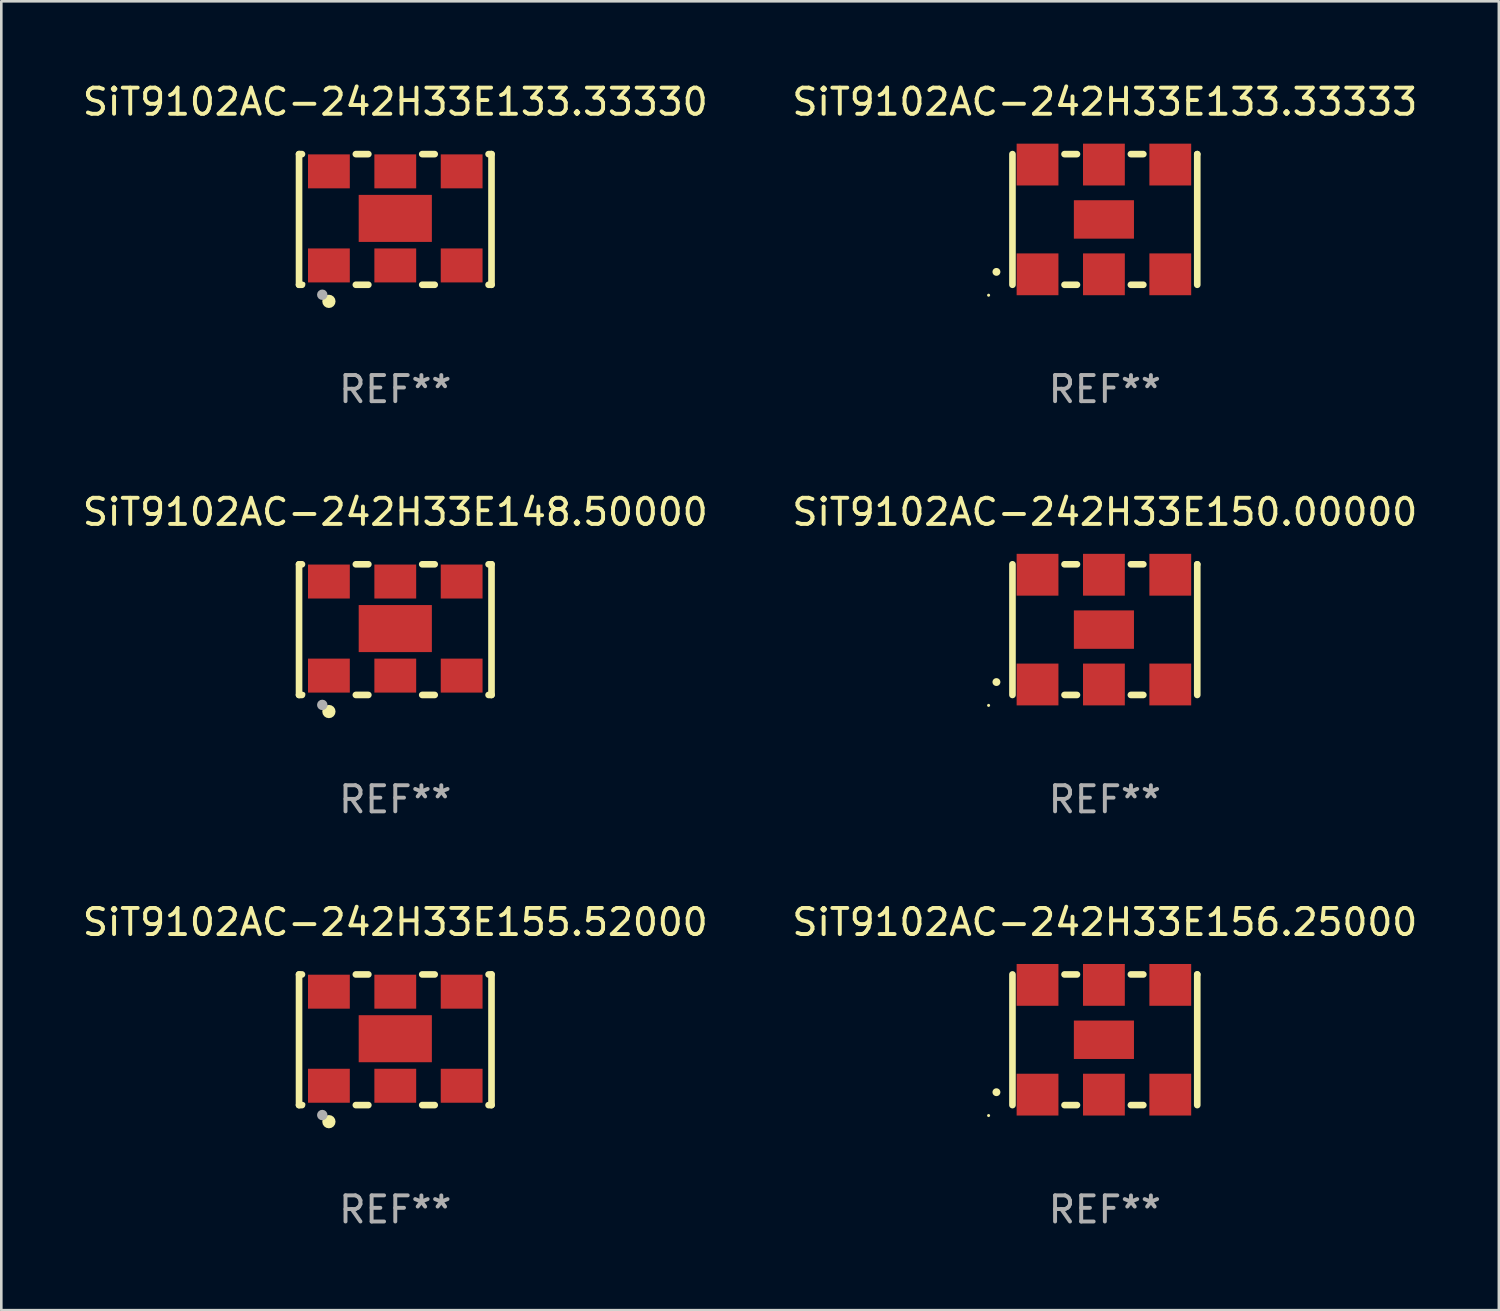
<source format=kicad_pcb>
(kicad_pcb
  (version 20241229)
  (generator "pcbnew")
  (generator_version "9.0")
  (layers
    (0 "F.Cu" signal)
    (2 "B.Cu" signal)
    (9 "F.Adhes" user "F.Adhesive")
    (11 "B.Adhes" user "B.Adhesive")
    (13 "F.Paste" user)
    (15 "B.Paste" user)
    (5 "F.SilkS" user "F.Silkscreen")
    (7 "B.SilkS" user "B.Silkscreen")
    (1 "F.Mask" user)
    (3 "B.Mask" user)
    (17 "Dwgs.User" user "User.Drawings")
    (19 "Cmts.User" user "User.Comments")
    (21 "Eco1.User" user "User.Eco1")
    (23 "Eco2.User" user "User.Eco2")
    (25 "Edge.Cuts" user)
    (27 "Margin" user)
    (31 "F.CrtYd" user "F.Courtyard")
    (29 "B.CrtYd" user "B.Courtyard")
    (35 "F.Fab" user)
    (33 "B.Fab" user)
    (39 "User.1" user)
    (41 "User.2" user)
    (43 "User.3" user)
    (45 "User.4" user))
  (footprint "SiT9102AC-242H33E156.25000"
    (layer "F.Cu")
    (at 39.232 36.741)
    (property "Reference" "SiT9102AC-242H33E156.25000" (at 0 -4.5 0) (layer "F.SilkS") (effects (font (size 1 1) (thickness 0.15))))
    (attr through_hole)
    (fp_line (start -3.536 -2.5) (end -3.536 2.5) (stroke (width 0.254) (type solid)) (layer "F.SilkS"))
    (fp_line (start -1.544 2.5) (end -1.067 2.5) (stroke (width 0.254) (type solid)) (layer "F.SilkS"))
    (fp_line (start -1.067 -2.5) (end -1.544 -2.5) (stroke (width 0.254) (type solid)) (layer "F.SilkS"))
    (fp_line (start 0.996 2.5) (end 1.473 2.5) (stroke (width 0.254) (type solid)) (layer "F.SilkS"))
    (fp_line (start 1.473 -2.5) (end 0.996 -2.5) (stroke (width 0.254) (type solid)) (layer "F.SilkS"))
    (fp_line (start 3.536 -2.5) (end 3.536 -2.5) (stroke (width 0.254) (type solid)) (layer "F.SilkS"))
    (fp_line (start 3.536 2.5) (end 3.536 -2.5) (stroke (width 0.254) (type solid)) (layer "F.SilkS"))
    (fp_arc (start -4.150432 2.006604) (mid -4.149162 2.006599) (end -4.147892 2.006604) (stroke (width 0.3) (type solid)) (layer "F.SilkS"))
    (fp_circle (center -4.449 2.9) (end -4.419 2.9) (stroke (width 0.06) (type solid)) (fill no) (layer "F.SilkS"))
    (fp_text user "REF**" (at 0 6.5 0) (layer "F.Fab") (effects (font (size 1 1) (thickness 0.15))))
    (pad "1" smd rect (at -2.576 2.1) (size 1.6 1.6) (layers "F.Cu" "F.Mask" "F.Paste"))
    (pad "2" smd rect (at -0.036 2.1) (size 1.6 1.6) (layers "F.Cu" "F.Mask" "F.Paste"))
    (pad "3" smd rect (at 2.504 2.1) (size 1.6 1.6) (layers "F.Cu" "F.Mask" "F.Paste"))
    (pad "4" smd rect (at 2.504 -2.1) (size 1.6 1.6) (layers "F.Cu" "F.Mask" "F.Paste"))
    (pad "5" smd rect (at -0.036 -2.1) (size 1.6 1.6) (layers "F.Cu" "F.Mask" "F.Paste"))
    (pad "6" smd rect (at -2.576 -2.1) (size 1.6 1.6) (layers "F.Cu" "F.Mask" "F.Paste"))
    (pad "7" smd rect (at -0.036 0) (size 2.3 1.47) (layers "F.Cu" "F.Mask" "F.Paste")))
  (footprint "SiT9102AC-242H33E155.52000"
    (layer "F.Cu")
    (at 12.077 36.741)
    (property "Reference" "SiT9102AC-242H33E155.52000" (at 0 -4.5 0) (layer "F.SilkS") (effects (font (size 1 1) (thickness 0.15))))
    (attr through_hole)
    (fp_line (start -3.683 -2.5) (end -3.571 -2.5) (stroke (width 0.254) (type solid)) (layer "F.SilkS"))
    (fp_line (start -3.683 2.5) (end -3.683 -2.5) (stroke (width 0.254) (type solid)) (layer "F.SilkS"))
    (fp_line (start -3.683 2.5) (end -3.571 2.5) (stroke (width 0.254) (type solid)) (layer "F.SilkS"))
    (fp_line (start -1.509 -2.5) (end -1.031 -2.5) (stroke (width 0.254) (type solid)) (layer "F.SilkS"))
    (fp_line (start -1.509 2.5) (end -1.031 2.5) (stroke (width 0.254) (type solid)) (layer "F.SilkS"))
    (fp_line (start 1.031 -2.5) (end 1.509 -2.5) (stroke (width 0.254) (type solid)) (layer "F.SilkS"))
    (fp_line (start 1.031 2.5) (end 1.509 2.5) (stroke (width 0.254) (type solid)) (layer "F.SilkS"))
    (fp_line (start 3.571 -2.5) (end 3.683 -2.5) (stroke (width 0.254) (type solid)) (layer "F.SilkS"))
    (fp_line (start 3.571 2.5) (end 3.683 2.5) (stroke (width 0.254) (type solid)) (layer "F.SilkS"))
    (fp_line (start 3.683 2.5) (end 3.683 -2.5) (stroke (width 0.254) (type solid)) (layer "F.SilkS"))
    (fp_circle (center -3.5 2.46) (end -3.47 2.46) (stroke (width 0.06) (type solid)) (fill no) (layer "F.SilkS"))
    (fp_circle (center -2.54 3.135) (end -2.413 3.135) (stroke (width 0.254) (type solid)) (fill no) (layer "F.SilkS"))
    (fp_circle (center -2.794 2.881) (end -2.694 2.881) (stroke (width 0.2) (type solid)) (fill no) (layer "F.Fab"))
    (fp_text user "REF**" (at 0 6.5 0) (layer "F.Fab") (effects (font (size 1 1) (thickness 0.15))))
    (pad "1" smd rect (at -2.54 1.76) (size 1.6 1.3) (layers "F.Cu" "F.Mask" "F.Paste"))
    (pad "2" smd rect (at 0 1.76) (size 1.6 1.3) (layers "F.Cu" "F.Mask" "F.Paste"))
    (pad "3" smd rect (at 2.54 1.76) (size 1.6 1.3) (layers "F.Cu" "F.Mask" "F.Paste"))
    (pad "4" smd rect (at 2.54 -1.84) (size 1.6 1.3) (layers "F.Cu" "F.Mask" "F.Paste"))
    (pad "5" smd rect (at 0 -1.84) (size 1.6 1.3) (layers "F.Cu" "F.Mask" "F.Paste"))
    (pad "6" smd rect (at -2.54 -1.84) (size 1.6 1.3) (layers "F.Cu" "F.Mask" "F.Paste"))
    (pad "7" smd rect (at 0 -0.04) (size 2.8 1.8) (layers "F.Cu" "F.Mask" "F.Paste")))
  (footprint "SiT9102AC-242H33E148.50000"
    (layer "F.Cu")
    (at 12.077 21.045)
    (property "Reference" "SiT9102AC-242H33E148.50000" (at 0 -4.5 0) (layer "F.SilkS") (effects (font (size 1 1) (thickness 0.15))))
    (attr through_hole)
    (fp_line (start -3.683 -2.5) (end -3.571 -2.5) (stroke (width 0.254) (type solid)) (layer "F.SilkS"))
    (fp_line (start -3.683 2.5) (end -3.683 -2.5) (stroke (width 0.254) (type solid)) (layer "F.SilkS"))
    (fp_line (start -3.683 2.5) (end -3.571 2.5) (stroke (width 0.254) (type solid)) (layer "F.SilkS"))
    (fp_line (start -1.509 -2.5) (end -1.031 -2.5) (stroke (width 0.254) (type solid)) (layer "F.SilkS"))
    (fp_line (start -1.509 2.5) (end -1.031 2.5) (stroke (width 0.254) (type solid)) (layer "F.SilkS"))
    (fp_line (start 1.031 -2.5) (end 1.509 -2.5) (stroke (width 0.254) (type solid)) (layer "F.SilkS"))
    (fp_line (start 1.031 2.5) (end 1.509 2.5) (stroke (width 0.254) (type solid)) (layer "F.SilkS"))
    (fp_line (start 3.571 -2.5) (end 3.683 -2.5) (stroke (width 0.254) (type solid)) (layer "F.SilkS"))
    (fp_line (start 3.571 2.5) (end 3.683 2.5) (stroke (width 0.254) (type solid)) (layer "F.SilkS"))
    (fp_line (start 3.683 2.5) (end 3.683 -2.5) (stroke (width 0.254) (type solid)) (layer "F.SilkS"))
    (fp_circle (center -3.5 2.46) (end -3.47 2.46) (stroke (width 0.06) (type solid)) (fill no) (layer "F.SilkS"))
    (fp_circle (center -2.54 3.135) (end -2.413 3.135) (stroke (width 0.254) (type solid)) (fill no) (layer "F.SilkS"))
    (fp_circle (center -2.794 2.881) (end -2.694 2.881) (stroke (width 0.2) (type solid)) (fill no) (layer "F.Fab"))
    (fp_text user "REF**" (at 0 6.5 0) (layer "F.Fab") (effects (font (size 1 1) (thickness 0.15))))
    (pad "1" smd rect (at -2.54 1.76) (size 1.6 1.3) (layers "F.Cu" "F.Mask" "F.Paste"))
    (pad "2" smd rect (at 0 1.76) (size 1.6 1.3) (layers "F.Cu" "F.Mask" "F.Paste"))
    (pad "3" smd rect (at 2.54 1.76) (size 1.6 1.3) (layers "F.Cu" "F.Mask" "F.Paste"))
    (pad "4" smd rect (at 2.54 -1.84) (size 1.6 1.3) (layers "F.Cu" "F.Mask" "F.Paste"))
    (pad "5" smd rect (at 0 -1.84) (size 1.6 1.3) (layers "F.Cu" "F.Mask" "F.Paste"))
    (pad "6" smd rect (at -2.54 -1.84) (size 1.6 1.3) (layers "F.Cu" "F.Mask" "F.Paste"))
    (pad "7" smd rect (at 0 -0.04) (size 2.8 1.8) (layers "F.Cu" "F.Mask" "F.Paste")))
  (footprint "SiT9102AC-242H33E150.00000"
    (layer "F.Cu")
    (at 39.232 21.045)
    (property "Reference" "SiT9102AC-242H33E150.00000" (at 0 -4.5 0) (layer "F.SilkS") (effects (font (size 1 1) (thickness 0.15))))
    (attr through_hole)
    (fp_line (start -3.536 -2.5) (end -3.536 2.5) (stroke (width 0.254) (type solid)) (layer "F.SilkS"))
    (fp_line (start -1.544 2.5) (end -1.067 2.5) (stroke (width 0.254) (type solid)) (layer "F.SilkS"))
    (fp_line (start -1.067 -2.5) (end -1.544 -2.5) (stroke (width 0.254) (type solid)) (layer "F.SilkS"))
    (fp_line (start 0.996 2.5) (end 1.473 2.5) (stroke (width 0.254) (type solid)) (layer "F.SilkS"))
    (fp_line (start 1.473 -2.5) (end 0.996 -2.5) (stroke (width 0.254) (type solid)) (layer "F.SilkS"))
    (fp_line (start 3.536 -2.5) (end 3.536 -2.5) (stroke (width 0.254) (type solid)) (layer "F.SilkS"))
    (fp_line (start 3.536 2.5) (end 3.536 -2.5) (stroke (width 0.254) (type solid)) (layer "F.SilkS"))
    (fp_arc (start -4.150432 2.006604) (mid -4.149162 2.006599) (end -4.147892 2.006604) (stroke (width 0.3) (type solid)) (layer "F.SilkS"))
    (fp_circle (center -4.449 2.9) (end -4.419 2.9) (stroke (width 0.06) (type solid)) (fill no) (layer "F.SilkS"))
    (fp_text user "REF**" (at 0 6.5 0) (layer "F.Fab") (effects (font (size 1 1) (thickness 0.15))))
    (pad "1" smd rect (at -2.576 2.1) (size 1.6 1.6) (layers "F.Cu" "F.Mask" "F.Paste"))
    (pad "2" smd rect (at -0.036 2.1) (size 1.6 1.6) (layers "F.Cu" "F.Mask" "F.Paste"))
    (pad "3" smd rect (at 2.504 2.1) (size 1.6 1.6) (layers "F.Cu" "F.Mask" "F.Paste"))
    (pad "4" smd rect (at 2.504 -2.1) (size 1.6 1.6) (layers "F.Cu" "F.Mask" "F.Paste"))
    (pad "5" smd rect (at -0.036 -2.1) (size 1.6 1.6) (layers "F.Cu" "F.Mask" "F.Paste"))
    (pad "6" smd rect (at -2.576 -2.1) (size 1.6 1.6) (layers "F.Cu" "F.Mask" "F.Paste"))
    (pad "7" smd rect (at -0.036 0) (size 2.3 1.47) (layers "F.Cu" "F.Mask" "F.Paste")))
  (footprint "SiT9102AC-242H33E133.33330"
    (layer "F.Cu")
    (at 12.077 5.348)
    (property "Reference" "SiT9102AC-242H33E133.33330" (at 0 -4.5 0) (layer "F.SilkS") (effects (font (size 1 1) (thickness 0.15))))
    (attr through_hole)
    (fp_line (start -3.683 -2.5) (end -3.571 -2.5) (stroke (width 0.254) (type solid)) (layer "F.SilkS"))
    (fp_line (start -3.683 2.5) (end -3.683 -2.5) (stroke (width 0.254) (type solid)) (layer "F.SilkS"))
    (fp_line (start -3.683 2.5) (end -3.571 2.5) (stroke (width 0.254) (type solid)) (layer "F.SilkS"))
    (fp_line (start -1.509 -2.5) (end -1.031 -2.5) (stroke (width 0.254) (type solid)) (layer "F.SilkS"))
    (fp_line (start -1.509 2.5) (end -1.031 2.5) (stroke (width 0.254) (type solid)) (layer "F.SilkS"))
    (fp_line (start 1.031 -2.5) (end 1.509 -2.5) (stroke (width 0.254) (type solid)) (layer "F.SilkS"))
    (fp_line (start 1.031 2.5) (end 1.509 2.5) (stroke (width 0.254) (type solid)) (layer "F.SilkS"))
    (fp_line (start 3.571 -2.5) (end 3.683 -2.5) (stroke (width 0.254) (type solid)) (layer "F.SilkS"))
    (fp_line (start 3.571 2.5) (end 3.683 2.5) (stroke (width 0.254) (type solid)) (layer "F.SilkS"))
    (fp_line (start 3.683 2.5) (end 3.683 -2.5) (stroke (width 0.254) (type solid)) (layer "F.SilkS"))
    (fp_circle (center -3.5 2.46) (end -3.47 2.46) (stroke (width 0.06) (type solid)) (fill no) (layer "F.SilkS"))
    (fp_circle (center -2.54 3.135) (end -2.413 3.135) (stroke (width 0.254) (type solid)) (fill no) (layer "F.SilkS"))
    (fp_circle (center -2.794 2.881) (end -2.694 2.881) (stroke (width 0.2) (type solid)) (fill no) (layer "F.Fab"))
    (fp_text user "REF**" (at 0 6.5 0) (layer "F.Fab") (effects (font (size 1 1) (thickness 0.15))))
    (pad "1" smd rect (at -2.54 1.76) (size 1.6 1.3) (layers "F.Cu" "F.Mask" "F.Paste"))
    (pad "2" smd rect (at 0 1.76) (size 1.6 1.3) (layers "F.Cu" "F.Mask" "F.Paste"))
    (pad "3" smd rect (at 2.54 1.76) (size 1.6 1.3) (layers "F.Cu" "F.Mask" "F.Paste"))
    (pad "4" smd rect (at 2.54 -1.84) (size 1.6 1.3) (layers "F.Cu" "F.Mask" "F.Paste"))
    (pad "5" smd rect (at 0 -1.84) (size 1.6 1.3) (layers "F.Cu" "F.Mask" "F.Paste"))
    (pad "6" smd rect (at -2.54 -1.84) (size 1.6 1.3) (layers "F.Cu" "F.Mask" "F.Paste"))
    (pad "7" smd rect (at 0 -0.04) (size 2.8 1.8) (layers "F.Cu" "F.Mask" "F.Paste")))
  (footprint "SiT9102AC-242H33E133.33333"
    (layer "F.Cu")
    (at 39.232 5.348)
    (property "Reference" "SiT9102AC-242H33E133.33333" (at 0 -4.5 0) (layer "F.SilkS") (effects (font (size 1 1) (thickness 0.15))))
    (attr through_hole)
    (fp_line (start -3.536 -2.5) (end -3.536 2.5) (stroke (width 0.254) (type solid)) (layer "F.SilkS"))
    (fp_line (start -1.544 2.5) (end -1.067 2.5) (stroke (width 0.254) (type solid)) (layer "F.SilkS"))
    (fp_line (start -1.067 -2.5) (end -1.544 -2.5) (stroke (width 0.254) (type solid)) (layer "F.SilkS"))
    (fp_line (start 0.996 2.5) (end 1.473 2.5) (stroke (width 0.254) (type solid)) (layer "F.SilkS"))
    (fp_line (start 1.473 -2.5) (end 0.996 -2.5) (stroke (width 0.254) (type solid)) (layer "F.SilkS"))
    (fp_line (start 3.536 -2.5) (end 3.536 -2.5) (stroke (width 0.254) (type solid)) (layer "F.SilkS"))
    (fp_line (start 3.536 2.5) (end 3.536 -2.5) (stroke (width 0.254) (type solid)) (layer "F.SilkS"))
    (fp_arc (start -4.150432 2.006604) (mid -4.149162 2.006599) (end -4.147892 2.006604) (stroke (width 0.3) (type solid)) (layer "F.SilkS"))
    (fp_circle (center -4.449 2.9) (end -4.419 2.9) (stroke (width 0.06) (type solid)) (fill no) (layer "F.SilkS"))
    (fp_text user "REF**" (at 0 6.5 0) (layer "F.Fab") (effects (font (size 1 1) (thickness 0.15))))
    (pad "1" smd rect (at -2.576 2.1) (size 1.6 1.6) (layers "F.Cu" "F.Mask" "F.Paste"))
    (pad "2" smd rect (at -0.036 2.1) (size 1.6 1.6) (layers "F.Cu" "F.Mask" "F.Paste"))
    (pad "3" smd rect (at 2.504 2.1) (size 1.6 1.6) (layers "F.Cu" "F.Mask" "F.Paste"))
    (pad "4" smd rect (at 2.504 -2.1) (size 1.6 1.6) (layers "F.Cu" "F.Mask" "F.Paste"))
    (pad "5" smd rect (at -0.036 -2.1) (size 1.6 1.6) (layers "F.Cu" "F.Mask" "F.Paste"))
    (pad "6" smd rect (at -2.576 -2.1) (size 1.6 1.6) (layers "F.Cu" "F.Mask" "F.Paste"))
    (pad "7" smd rect (at -0.036 0) (size 2.3 1.47) (layers "F.Cu" "F.Mask" "F.Paste")))
  (gr_rect
    (start -3 -3)
    (end 54.31 47.09)
    (stroke (width 0.1) (type default))
    (fill no)
    (layer "Edge.Cuts")))
</source>
